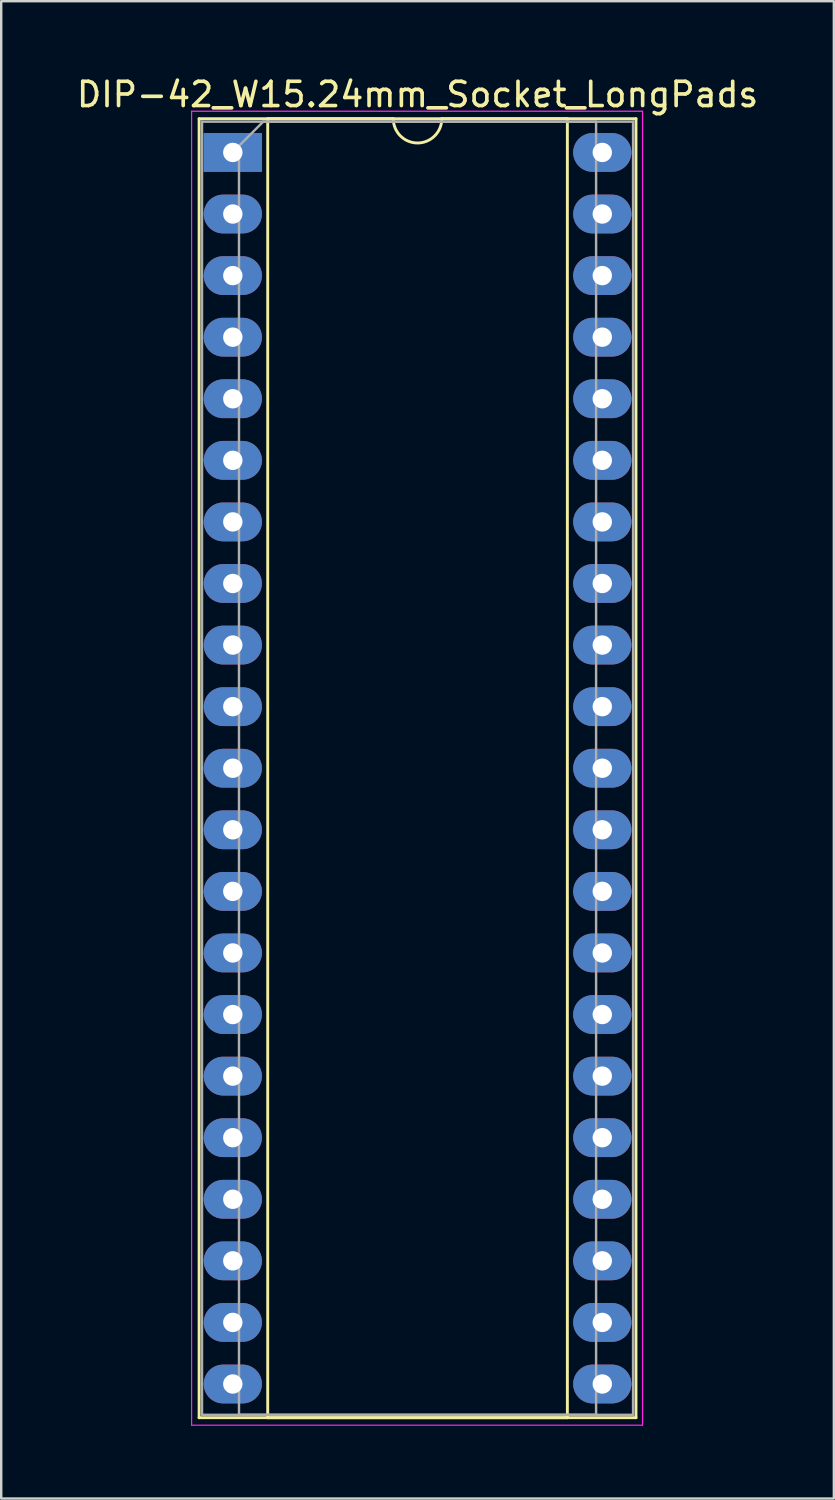
<source format=kicad_pcb>
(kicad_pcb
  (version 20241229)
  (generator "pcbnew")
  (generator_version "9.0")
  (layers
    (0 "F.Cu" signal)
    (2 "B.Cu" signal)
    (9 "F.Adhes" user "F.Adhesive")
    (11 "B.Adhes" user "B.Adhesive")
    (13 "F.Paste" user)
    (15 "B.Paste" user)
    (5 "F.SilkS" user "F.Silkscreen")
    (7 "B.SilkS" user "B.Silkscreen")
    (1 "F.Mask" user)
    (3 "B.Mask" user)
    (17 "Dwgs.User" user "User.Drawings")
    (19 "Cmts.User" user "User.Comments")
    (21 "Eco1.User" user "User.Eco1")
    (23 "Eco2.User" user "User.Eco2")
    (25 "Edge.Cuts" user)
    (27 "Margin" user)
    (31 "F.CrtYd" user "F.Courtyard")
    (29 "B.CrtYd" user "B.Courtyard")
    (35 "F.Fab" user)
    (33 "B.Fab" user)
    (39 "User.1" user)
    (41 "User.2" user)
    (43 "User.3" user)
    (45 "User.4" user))
  (footprint "DIP-42_W15.24mm_Socket_LongPads"
    (layer "F.Cu")
    (at 6.553 3.238)
    (property "Reference" "DIP-42_W15.24mm_Socket_LongPads" (at 7.62 -2.39 0) (layer "F.SilkS") (effects (font (size 1 1) (thickness 0.15))))
    (attr through_hole)
    (fp_line (start -1.39 -1.39) (end -1.39 52.19) (stroke (width 0.12) (type solid)) (layer "F.SilkS"))
    (fp_line (start -1.39 52.19) (end 16.63 52.19) (stroke (width 0.12) (type solid)) (layer "F.SilkS"))
    (fp_line (start 1.44 -1.39) (end 1.44 52.19) (stroke (width 0.12) (type solid)) (layer "F.SilkS"))
    (fp_line (start 1.44 52.19) (end 13.8 52.19) (stroke (width 0.12) (type solid)) (layer "F.SilkS"))
    (fp_line (start 6.62 -1.39) (end 1.44 -1.39) (stroke (width 0.12) (type solid)) (layer "F.SilkS"))
    (fp_line (start 13.8 -1.39) (end 8.62 -1.39) (stroke (width 0.12) (type solid)) (layer "F.SilkS"))
    (fp_line (start 13.8 52.19) (end 13.8 -1.39) (stroke (width 0.12) (type solid)) (layer "F.SilkS"))
    (fp_line (start 16.63 -1.39) (end -1.39 -1.39) (stroke (width 0.12) (type solid)) (layer "F.SilkS"))
    (fp_line (start 16.63 52.19) (end 16.63 -1.39) (stroke (width 0.12) (type solid)) (layer "F.SilkS"))
    (fp_arc (start 8.62 -1.39) (mid 7.62 -0.39) (end 6.62 -1.39) (stroke (width 0.12) (type solid)) (layer "F.SilkS"))
    (fp_line (start -1.7 -1.7) (end -1.7 52.5) (stroke (width 0.05) (type solid)) (layer "F.CrtYd"))
    (fp_line (start -1.7 52.5) (end 16.9 52.5) (stroke (width 0.05) (type solid)) (layer "F.CrtYd"))
    (fp_line (start 16.9 -1.7) (end -1.7 -1.7) (stroke (width 0.05) (type solid)) (layer "F.CrtYd"))
    (fp_line (start 16.9 52.5) (end 16.9 -1.7) (stroke (width 0.05) (type solid)) (layer "F.CrtYd"))
    (fp_line (start -1.27 -1.27) (end -1.27 52.07) (stroke (width 0.1) (type solid)) (layer "F.Fab"))
    (fp_line (start -1.27 52.07) (end 16.51 52.07) (stroke (width 0.1) (type solid)) (layer "F.Fab"))
    (fp_line (start 0.255 -0.27) (end 1.255 -1.27) (stroke (width 0.1) (type solid)) (layer "F.Fab"))
    (fp_line (start 0.255 52.07) (end 0.255 -0.27) (stroke (width 0.1) (type solid)) (layer "F.Fab"))
    (fp_line (start 1.255 -1.27) (end 14.985 -1.27) (stroke (width 0.1) (type solid)) (layer "F.Fab"))
    (fp_line (start 14.985 -1.27) (end 14.985 52.07) (stroke (width 0.1) (type solid)) (layer "F.Fab"))
    (fp_line (start 14.985 52.07) (end 0.255 52.07) (stroke (width 0.1) (type solid)) (layer "F.Fab"))
    (fp_line (start 16.51 -1.27) (end -1.27 -1.27) (stroke (width 0.1) (type solid)) (layer "F.Fab"))
    (fp_line (start 16.51 52.07) (end 16.51 -1.27) (stroke (width 0.1) (type solid)) (layer "F.Fab"))
    (pad "1" thru_hole rect (at 0 0) (size 2.4 1.6) (drill 0.8) (layers "*.Cu" "*.Mask"))
    (pad "2" thru_hole oval (at 0 2.54) (size 2.4 1.6) (drill 0.8) (layers "*.Cu" "*.Mask"))
    (pad "3" thru_hole oval (at 0 5.08) (size 2.4 1.6) (drill 0.8) (layers "*.Cu" "*.Mask"))
    (pad "4" thru_hole oval (at 0 7.62) (size 2.4 1.6) (drill 0.8) (layers "*.Cu" "*.Mask"))
    (pad "5" thru_hole oval (at 0 10.16) (size 2.4 1.6) (drill 0.8) (layers "*.Cu" "*.Mask"))
    (pad "6" thru_hole oval (at 0 12.7) (size 2.4 1.6) (drill 0.8) (layers "*.Cu" "*.Mask"))
    (pad "7" thru_hole oval (at 0 15.24) (size 2.4 1.6) (drill 0.8) (layers "*.Cu" "*.Mask"))
    (pad "8" thru_hole oval (at 0 17.78) (size 2.4 1.6) (drill 0.8) (layers "*.Cu" "*.Mask"))
    (pad "9" thru_hole oval (at 0 20.32) (size 2.4 1.6) (drill 0.8) (layers "*.Cu" "*.Mask"))
    (pad "10" thru_hole oval (at 0 22.86) (size 2.4 1.6) (drill 0.8) (layers "*.Cu" "*.Mask"))
    (pad "11" thru_hole oval (at 0 25.4) (size 2.4 1.6) (drill 0.8) (layers "*.Cu" "*.Mask"))
    (pad "12" thru_hole oval (at 0 27.94) (size 2.4 1.6) (drill 0.8) (layers "*.Cu" "*.Mask"))
    (pad "13" thru_hole oval (at 0 30.48) (size 2.4 1.6) (drill 0.8) (layers "*.Cu" "*.Mask"))
    (pad "14" thru_hole oval (at 0 33.02) (size 2.4 1.6) (drill 0.8) (layers "*.Cu" "*.Mask"))
    (pad "15" thru_hole oval (at 0 35.56) (size 2.4 1.6) (drill 0.8) (layers "*.Cu" "*.Mask"))
    (pad "16" thru_hole oval (at 0 38.1) (size 2.4 1.6) (drill 0.8) (layers "*.Cu" "*.Mask"))
    (pad "17" thru_hole oval (at 0 40.64) (size 2.4 1.6) (drill 0.8) (layers "*.Cu" "*.Mask"))
    (pad "18" thru_hole oval (at 0 43.18) (size 2.4 1.6) (drill 0.8) (layers "*.Cu" "*.Mask"))
    (pad "19" thru_hole oval (at 0 45.72) (size 2.4 1.6) (drill 0.8) (layers "*.Cu" "*.Mask"))
    (pad "20" thru_hole oval (at 0 48.26) (size 2.4 1.6) (drill 0.8) (layers "*.Cu" "*.Mask"))
    (pad "21" thru_hole oval (at 0 50.8) (size 2.4 1.6) (drill 0.8) (layers "*.Cu" "*.Mask"))
    (pad "22" thru_hole oval (at 15.24 50.8) (size 2.4 1.6) (drill 0.8) (layers "*.Cu" "*.Mask"))
    (pad "23" thru_hole oval (at 15.24 48.26) (size 2.4 1.6) (drill 0.8) (layers "*.Cu" "*.Mask"))
    (pad "24" thru_hole oval (at 15.24 45.72) (size 2.4 1.6) (drill 0.8) (layers "*.Cu" "*.Mask"))
    (pad "25" thru_hole oval (at 15.24 43.18) (size 2.4 1.6) (drill 0.8) (layers "*.Cu" "*.Mask"))
    (pad "26" thru_hole oval (at 15.24 40.64) (size 2.4 1.6) (drill 0.8) (layers "*.Cu" "*.Mask"))
    (pad "27" thru_hole oval (at 15.24 38.1) (size 2.4 1.6) (drill 0.8) (layers "*.Cu" "*.Mask"))
    (pad "28" thru_hole oval (at 15.24 35.56) (size 2.4 1.6) (drill 0.8) (layers "*.Cu" "*.Mask"))
    (pad "29" thru_hole oval (at 15.24 33.02) (size 2.4 1.6) (drill 0.8) (layers "*.Cu" "*.Mask"))
    (pad "30" thru_hole oval (at 15.24 30.48) (size 2.4 1.6) (drill 0.8) (layers "*.Cu" "*.Mask"))
    (pad "31" thru_hole oval (at 15.24 27.94) (size 2.4 1.6) (drill 0.8) (layers "*.Cu" "*.Mask"))
    (pad "32" thru_hole oval (at 15.24 25.4) (size 2.4 1.6) (drill 0.8) (layers "*.Cu" "*.Mask"))
    (pad "33" thru_hole oval (at 15.24 22.86) (size 2.4 1.6) (drill 0.8) (layers "*.Cu" "*.Mask"))
    (pad "34" thru_hole oval (at 15.24 20.32) (size 2.4 1.6) (drill 0.8) (layers "*.Cu" "*.Mask"))
    (pad "35" thru_hole oval (at 15.24 17.78) (size 2.4 1.6) (drill 0.8) (layers "*.Cu" "*.Mask"))
    (pad "36" thru_hole oval (at 15.24 15.24) (size 2.4 1.6) (drill 0.8) (layers "*.Cu" "*.Mask"))
    (pad "37" thru_hole oval (at 15.24 12.7) (size 2.4 1.6) (drill 0.8) (layers "*.Cu" "*.Mask"))
    (pad "38" thru_hole oval (at 15.24 10.16) (size 2.4 1.6) (drill 0.8) (layers "*.Cu" "*.Mask"))
    (pad "39" thru_hole oval (at 15.24 7.62) (size 2.4 1.6) (drill 0.8) (layers "*.Cu" "*.Mask"))
    (pad "40" thru_hole oval (at 15.24 5.08) (size 2.4 1.6) (drill 0.8) (layers "*.Cu" "*.Mask"))
    (pad "41" thru_hole oval (at 15.24 2.54) (size 2.4 1.6) (drill 0.8) (layers "*.Cu" "*.Mask"))
    (pad "42" thru_hole oval (at 15.24 0) (size 2.4 1.6) (drill 0.8) (layers "*.Cu" "*.Mask")))
  (gr_rect
    (start -3 -3)
    (end 31.345 58.763)
    (stroke (width 0.1) (type default))
    (fill no)
    (layer "Edge.Cuts")))
</source>
